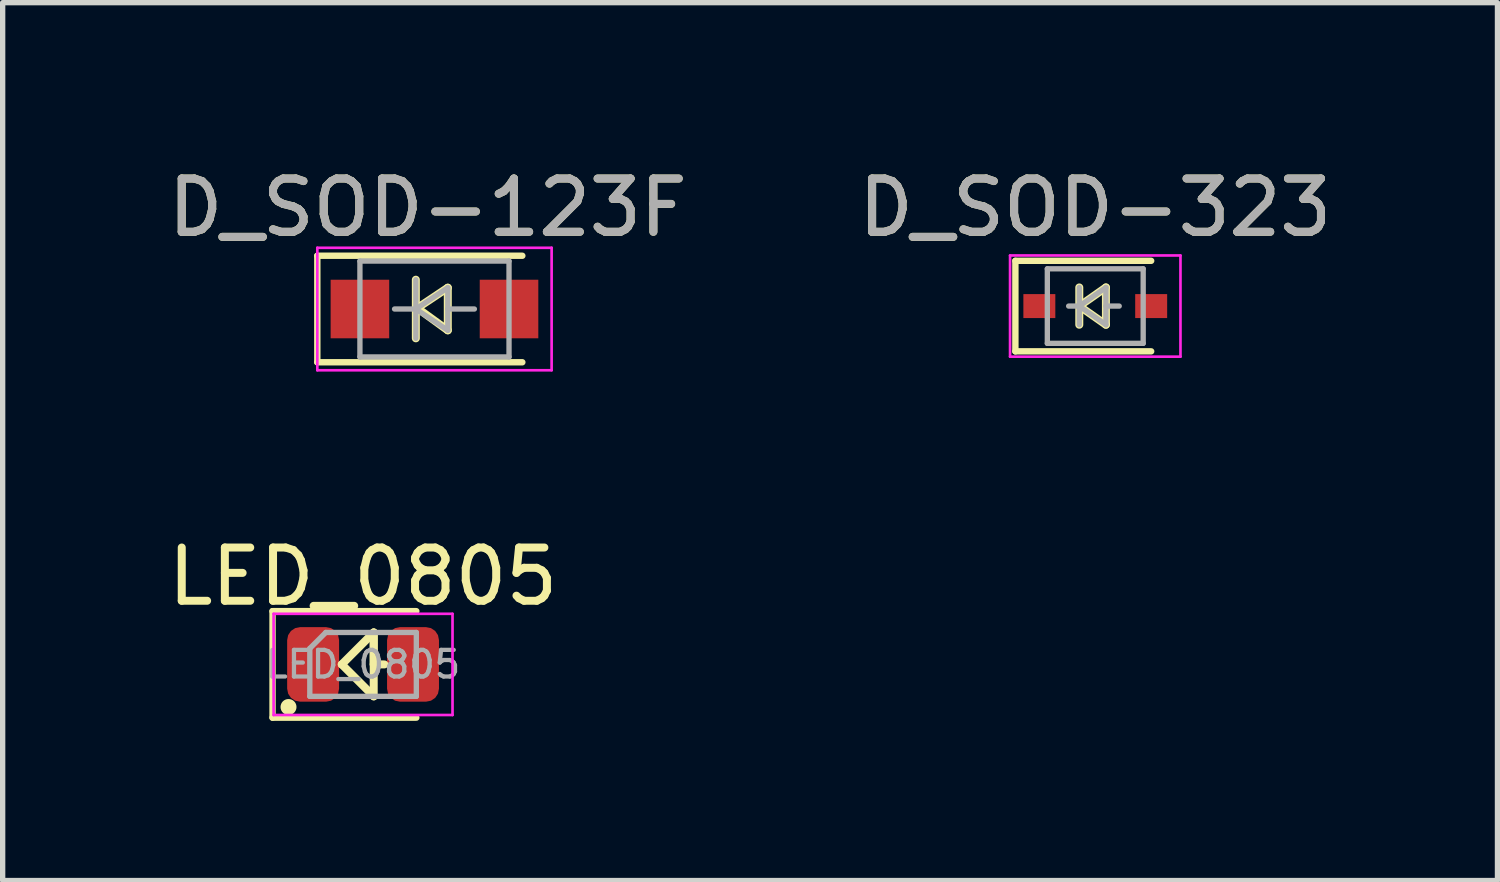
<source format=kicad_pcb>
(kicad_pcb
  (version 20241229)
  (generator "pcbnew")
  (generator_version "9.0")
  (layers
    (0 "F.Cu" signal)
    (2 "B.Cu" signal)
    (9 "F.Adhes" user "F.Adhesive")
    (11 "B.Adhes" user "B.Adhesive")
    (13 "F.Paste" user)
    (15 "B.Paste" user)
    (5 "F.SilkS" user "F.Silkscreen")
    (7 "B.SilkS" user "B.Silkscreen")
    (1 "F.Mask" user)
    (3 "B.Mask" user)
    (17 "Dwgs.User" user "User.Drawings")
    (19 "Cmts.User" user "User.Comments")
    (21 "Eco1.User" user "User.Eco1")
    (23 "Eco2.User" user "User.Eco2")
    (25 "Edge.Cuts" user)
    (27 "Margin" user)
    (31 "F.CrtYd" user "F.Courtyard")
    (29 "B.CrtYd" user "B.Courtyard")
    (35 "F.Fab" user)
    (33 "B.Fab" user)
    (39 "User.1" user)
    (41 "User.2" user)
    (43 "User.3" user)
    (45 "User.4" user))
  (footprint "D_SOD-123F"
    (layer "F.Cu")
    (at 5.109 2.753)
    (property "Reference" "D_SOD-123F" (at -0.127 -1.905 0) (layer "F.SilkS") (effects (font (size 1 1) (thickness 0.15))))
    (attr smd)
    (fp_line (start -2.2 -1) (end -2.2 1) (stroke (width 0.12) (type solid)) (layer "F.SilkS"))
    (fp_line (start -2.2 -1) (end 1.65 -1) (stroke (width 0.12) (type solid)) (layer "F.SilkS"))
    (fp_line (start -2.2 1) (end 1.65 1) (stroke (width 0.12) (type solid)) (layer "F.SilkS"))
    (fp_line (start -0.35 -0.55) (end -0.35 0.55) (stroke (width 0.15) (type solid)) (layer "F.SilkS"))
    (fp_line (start -0.35 0) (end 0.25 -0.4) (stroke (width 0.15) (type solid)) (layer "F.SilkS"))
    (fp_line (start 0.25 -0.4) (end 0.25 0.4) (stroke (width 0.15) (type solid)) (layer "F.SilkS"))
    (fp_line (start 0.25 0.4) (end -0.3 0) (stroke (width 0.15) (type solid)) (layer "F.SilkS"))
    (fp_line (start -2.2 -1.15) (end -2.2 1.15) (stroke (width 0.05) (type solid)) (layer "F.CrtYd"))
    (fp_line (start -2.2 -1.15) (end 2.2 -1.15) (stroke (width 0.05) (type solid)) (layer "F.CrtYd"))
    (fp_line (start 2.2 -1.15) (end 2.2 1.15) (stroke (width 0.05) (type solid)) (layer "F.CrtYd"))
    (fp_line (start 2.2 1.15) (end -2.2 1.15) (stroke (width 0.05) (type solid)) (layer "F.CrtYd"))
    (fp_line (start -1.4 -0.9) (end 1.4 -0.9) (stroke (width 0.1) (type solid)) (layer "F.Fab"))
    (fp_line (start -1.4 0.9) (end -1.4 -0.9) (stroke (width 0.1) (type solid)) (layer "F.Fab"))
    (fp_line (start -0.75 0) (end -0.35 0) (stroke (width 0.1) (type solid)) (layer "F.Fab"))
    (fp_line (start -0.35 0) (end -0.35 -0.55) (stroke (width 0.1) (type solid)) (layer "F.Fab"))
    (fp_line (start -0.35 0) (end -0.35 0.55) (stroke (width 0.1) (type solid)) (layer "F.Fab"))
    (fp_line (start -0.35 0) (end 0.25 -0.4) (stroke (width 0.1) (type solid)) (layer "F.Fab"))
    (fp_line (start 0.25 -0.4) (end 0.25 0.4) (stroke (width 0.1) (type solid)) (layer "F.Fab"))
    (fp_line (start 0.25 0) (end 0.75 0) (stroke (width 0.1) (type solid)) (layer "F.Fab"))
    (fp_line (start 0.25 0.4) (end -0.35 0) (stroke (width 0.1) (type solid)) (layer "F.Fab"))
    (fp_line (start 1.4 -0.9) (end 1.4 0.9) (stroke (width 0.1) (type solid)) (layer "F.Fab"))
    (fp_line (start 1.4 0.9) (end -1.4 0.9) (stroke (width 0.1) (type solid)) (layer "F.Fab"))
    (fp_text user "${REFERENCE}" (at -0.127 -1.905 0) (layer "F.Fab") (effects (font (size 1 1) (thickness 0.15))))
    (pad "1" smd rect (at -1.4 0) (size 1.1 1.1) (layers "F.Cu" "F.Mask" "F.Paste"))
    (pad "2" smd rect (at 1.4 0) (size 1.1 1.1) (layers "F.Cu" "F.Mask" "F.Paste")))
  (footprint "LED_0805"
    (layer "F.Cu")
    (at 3.768 9.427)
    (property "Reference" "LED_0805" (at 0 -1.65 0) (layer "F.SilkS") (effects (font (size 1 1) (thickness 0.15))))
    (attr smd)
    (fp_line (start -1.7 -1) (end -1.7 1) (stroke (width 0.12) (type solid)) (layer "F.SilkS"))
    (fp_line (start -1.7 1) (end 1 1) (stroke (width 0.12) (type solid)) (layer "F.SilkS"))
    (fp_line (start -1.4 0.8) (end -1.4 0.8) (stroke (width 0.3) (type solid)) (layer "F.SilkS"))
    (fp_line (start -0.4 0) (end 0.2 0.6) (stroke (width 0.15) (type solid)) (layer "F.SilkS"))
    (fp_line (start 0.2 -0.6) (end -0.4 0) (stroke (width 0.15) (type solid)) (layer "F.SilkS"))
    (fp_line (start 0.2 -0.6) (end 0.2 0) (stroke (width 0.15) (type solid)) (layer "F.SilkS"))
    (fp_line (start 0.2 0) (end 0.4 0) (stroke (width 0.15) (type solid)) (layer "F.SilkS"))
    (fp_line (start 0.2 0.6) (end 0.2 -0.6) (stroke (width 0.15) (type solid)) (layer "F.SilkS"))
    (fp_line (start 1 -1) (end -1.7 -1) (stroke (width 0.12) (type solid)) (layer "F.SilkS"))
    (fp_line (start -1.68 -0.95) (end 1.68 -0.95) (stroke (width 0.05) (type solid)) (layer "F.CrtYd"))
    (fp_line (start -1.68 0.95) (end -1.68 -0.95) (stroke (width 0.05) (type solid)) (layer "F.CrtYd"))
    (fp_line (start 1.68 -0.95) (end 1.68 0.95) (stroke (width 0.05) (type solid)) (layer "F.CrtYd"))
    (fp_line (start 1.68 0.95) (end -1.68 0.95) (stroke (width 0.05) (type solid)) (layer "F.CrtYd"))
    (fp_line (start -1 -0.3) (end -1 0.6) (stroke (width 0.1) (type solid)) (layer "F.Fab"))
    (fp_line (start -1 0.6) (end 1 0.6) (stroke (width 0.1) (type solid)) (layer "F.Fab"))
    (fp_line (start -0.7 -0.6) (end -1 -0.3) (stroke (width 0.1) (type solid)) (layer "F.Fab"))
    (fp_line (start 1 -0.6) (end -0.7 -0.6) (stroke (width 0.1) (type solid)) (layer "F.Fab"))
    (fp_line (start 1 0.6) (end 1 -0.6) (stroke (width 0.1) (type solid)) (layer "F.Fab"))
    (fp_text user "${REFERENCE}" (at 0 0 0) (layer "F.Fab") (effects (font (size 0.5 0.5) (thickness 0.08))))
    (pad "1" smd roundrect (at -0.938 0) (size 0.975 1.4) (layers "F.Cu" "F.Mask" "F.Paste") (roundrect_rratio 0.25))
    (pad "2" smd roundrect (at 0.938 0) (size 0.975 1.4) (layers "F.Cu" "F.Mask" "F.Paste") (roundrect_rratio 0.25)))
  (footprint "D_SOD-323"
    (layer "F.Cu")
    (at 17.518 2.698)
    (property "Reference" "D_SOD-323" (at 0 -1.85 0) (layer "F.SilkS") (effects (font (size 1 1) (thickness 0.15))))
    (attr smd)
    (fp_line (start -1.5 -0.85) (end -1.5 0.85) (stroke (width 0.12) (type solid)) (layer "F.SilkS"))
    (fp_line (start -1.5 -0.85) (end 1.05 -0.85) (stroke (width 0.12) (type solid)) (layer "F.SilkS"))
    (fp_line (start -1.5 0.85) (end 1.05 0.85) (stroke (width 0.12) (type solid)) (layer "F.SilkS"))
    (fp_line (start -0.3 -0.35) (end -0.3 0.35) (stroke (width 0.15) (type solid)) (layer "F.SilkS"))
    (fp_line (start -0.3 0) (end 0.2 -0.35) (stroke (width 0.15) (type solid)) (layer "F.SilkS"))
    (fp_line (start 0.2 -0.35) (end 0.2 0.35) (stroke (width 0.15) (type solid)) (layer "F.SilkS"))
    (fp_line (start 0.2 0.35) (end -0.3 0) (stroke (width 0.15) (type solid)) (layer "F.SilkS"))
    (fp_line (start -1.6 -0.95) (end -1.6 0.95) (stroke (width 0.05) (type solid)) (layer "F.CrtYd"))
    (fp_line (start -1.6 -0.95) (end 1.6 -0.95) (stroke (width 0.05) (type solid)) (layer "F.CrtYd"))
    (fp_line (start -1.6 0.95) (end 1.6 0.95) (stroke (width 0.05) (type solid)) (layer "F.CrtYd"))
    (fp_line (start 1.6 -0.95) (end 1.6 0.95) (stroke (width 0.05) (type solid)) (layer "F.CrtYd"))
    (fp_line (start -0.9 -0.7) (end 0.9 -0.7) (stroke (width 0.1) (type solid)) (layer "F.Fab"))
    (fp_line (start -0.9 0.7) (end -0.9 -0.7) (stroke (width 0.1) (type solid)) (layer "F.Fab"))
    (fp_line (start -0.3 -0.35) (end -0.3 0.35) (stroke (width 0.1) (type solid)) (layer "F.Fab"))
    (fp_line (start -0.3 0) (end -0.5 0) (stroke (width 0.1) (type solid)) (layer "F.Fab"))
    (fp_line (start -0.3 0) (end 0.2 -0.35) (stroke (width 0.1) (type solid)) (layer "F.Fab"))
    (fp_line (start 0.2 -0.35) (end 0.2 0.35) (stroke (width 0.1) (type solid)) (layer "F.Fab"))
    (fp_line (start 0.2 0) (end 0.45 0) (stroke (width 0.1) (type solid)) (layer "F.Fab"))
    (fp_line (start 0.2 0.35) (end -0.3 0) (stroke (width 0.1) (type solid)) (layer "F.Fab"))
    (fp_line (start 0.9 -0.7) (end 0.9 0.7) (stroke (width 0.1) (type solid)) (layer "F.Fab"))
    (fp_line (start 0.9 0.7) (end -0.9 0.7) (stroke (width 0.1) (type solid)) (layer "F.Fab"))
    (fp_text user "${REFERENCE}" (at 0 -1.85 0) (layer "F.Fab") (effects (font (size 1 1) (thickness 0.15))))
    (pad "1" smd rect (at -1.05 0) (size 0.6 0.45) (layers "F.Cu" "F.Mask" "F.Paste"))
    (pad "2" smd rect (at 1.05 0) (size 0.6 0.45) (layers "F.Cu" "F.Mask" "F.Paste")))
  (gr_rect
    (start -3 -3)
    (end 25.071 13.486)
    (stroke (width 0.1) (type default))
    (fill no)
    (layer "Edge.Cuts")))
</source>
